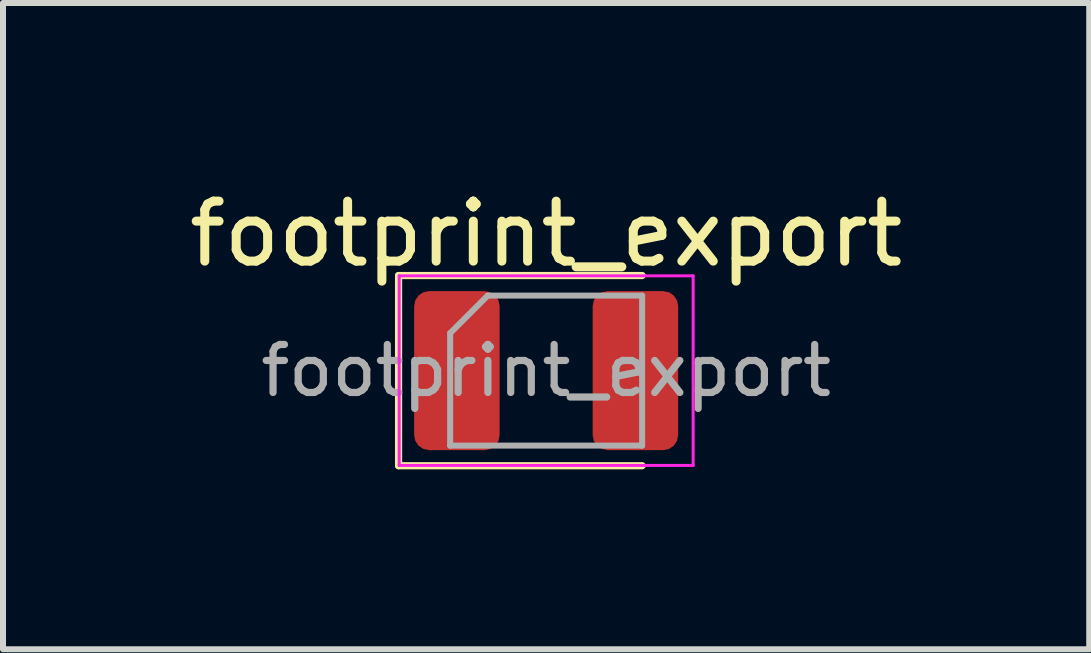
<source format=kicad_pcb>
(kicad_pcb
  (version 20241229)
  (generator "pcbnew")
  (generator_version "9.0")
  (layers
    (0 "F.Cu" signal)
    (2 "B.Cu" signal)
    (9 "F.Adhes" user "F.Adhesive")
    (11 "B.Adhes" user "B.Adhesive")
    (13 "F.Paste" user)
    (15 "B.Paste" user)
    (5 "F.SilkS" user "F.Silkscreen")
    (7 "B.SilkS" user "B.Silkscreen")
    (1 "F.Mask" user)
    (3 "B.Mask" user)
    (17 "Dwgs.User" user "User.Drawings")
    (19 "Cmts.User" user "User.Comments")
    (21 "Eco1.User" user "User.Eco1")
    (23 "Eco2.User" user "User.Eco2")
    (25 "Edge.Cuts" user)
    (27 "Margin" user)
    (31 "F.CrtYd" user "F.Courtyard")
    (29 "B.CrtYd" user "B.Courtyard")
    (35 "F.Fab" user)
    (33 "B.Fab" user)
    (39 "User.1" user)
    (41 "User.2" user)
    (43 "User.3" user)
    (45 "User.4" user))
  (footprint "footprint_export"
    (layer "F.Cu")
    (at 6.054 3.128)
    (property "Reference" "footprint_export" (at 0 -2.28 0) (layer "F.SilkS") (effects (font (size 1 1) (thickness 0.15))))
    (attr smd)
    (fp_line (start -2.46 -1.585) (end -2.46 1.585) (stroke (width 0.12) (type solid)) (layer "F.SilkS"))
    (fp_line (start -2.46 1.585) (end 1.6 1.585) (stroke (width 0.12) (type solid)) (layer "F.SilkS"))
    (fp_line (start 1.6 -1.585) (end -2.46 -1.585) (stroke (width 0.12) (type solid)) (layer "F.SilkS"))
    (fp_line (start -2.45 -1.58) (end 2.45 -1.58) (stroke (width 0.05) (type solid)) (layer "F.CrtYd"))
    (fp_line (start -2.45 1.58) (end -2.45 -1.58) (stroke (width 0.05) (type solid)) (layer "F.CrtYd"))
    (fp_line (start 2.45 -1.58) (end 2.45 1.58) (stroke (width 0.05) (type solid)) (layer "F.CrtYd"))
    (fp_line (start 2.45 1.58) (end -2.45 1.58) (stroke (width 0.05) (type solid)) (layer "F.CrtYd"))
    (fp_line (start -1.6 -0.625) (end -1.6 1.25) (stroke (width 0.1) (type solid)) (layer "F.Fab"))
    (fp_line (start -1.6 1.25) (end 1.6 1.25) (stroke (width 0.1) (type solid)) (layer "F.Fab"))
    (fp_line (start -0.975 -1.25) (end -1.6 -0.625) (stroke (width 0.1) (type solid)) (layer "F.Fab"))
    (fp_line (start 1.6 -1.25) (end -0.975 -1.25) (stroke (width 0.1) (type solid)) (layer "F.Fab"))
    (fp_line (start 1.6 1.25) (end 1.6 -1.25) (stroke (width 0.1) (type solid)) (layer "F.Fab"))
    (fp_text user "${REFERENCE}" (at 0 0 0) (layer "F.Fab") (effects (font (size 0.8 0.8) (thickness 0.12))))
    (pad "1" smd roundrect (at -1.488 0) (size 1.425 2.65) (layers "F.Cu" "F.Mask" "F.Paste") (roundrect_rratio 0.175))
    (pad "2" smd roundrect (at 1.488 0) (size 1.425 2.65) (layers "F.Cu" "F.Mask" "F.Paste") (roundrect_rratio 0.175)))
  (gr_rect
    (start -3 -3)
    (end 15.107 7.773)
    (stroke (width 0.1) (type default))
    (fill no)
    (layer "Edge.Cuts")))
</source>
